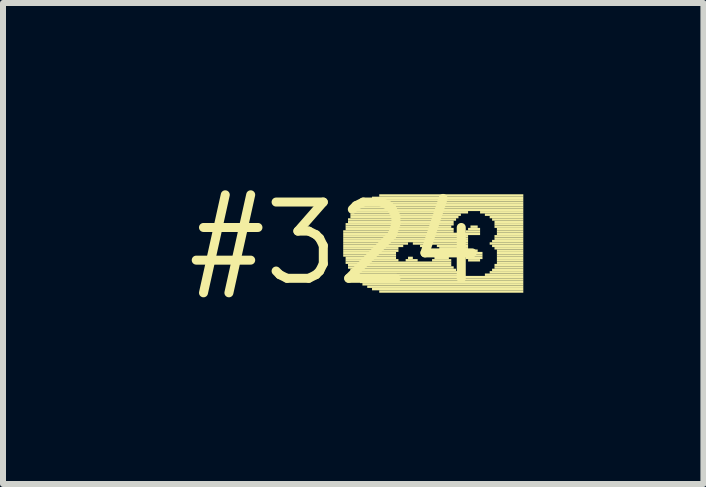
<source format=kicad_pcb>
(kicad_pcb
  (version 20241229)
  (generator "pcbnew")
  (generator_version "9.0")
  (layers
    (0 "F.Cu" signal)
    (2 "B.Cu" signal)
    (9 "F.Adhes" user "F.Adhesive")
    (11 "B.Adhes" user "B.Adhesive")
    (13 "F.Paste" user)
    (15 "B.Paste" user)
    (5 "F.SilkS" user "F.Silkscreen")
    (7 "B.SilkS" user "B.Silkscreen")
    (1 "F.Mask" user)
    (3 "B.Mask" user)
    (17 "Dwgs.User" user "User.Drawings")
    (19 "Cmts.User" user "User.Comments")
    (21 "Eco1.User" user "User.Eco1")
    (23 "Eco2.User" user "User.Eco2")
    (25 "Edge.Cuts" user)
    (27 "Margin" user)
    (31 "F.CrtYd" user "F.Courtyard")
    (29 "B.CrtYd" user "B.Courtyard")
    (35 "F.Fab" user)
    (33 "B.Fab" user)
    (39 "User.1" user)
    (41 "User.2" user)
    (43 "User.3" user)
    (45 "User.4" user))
  (footprint "#324"
    (layer "F.Cu")
    (at 2.547 1.006)
    (property "Reference" "#324" (at 0 0 0) (layer "F.SilkS") (effects (font (size 1.27 1.27) (thickness 0.15))))
    (attr through_hole)
    (fp_poly (pts (xy 0.12 -0.18) (xy 1.96 -0.18) (xy 1.96 -0.22) (xy 0.12 -0.22)) (stroke (width 0) (type solid)) (fill yes) (layer "F.SilkS"))
    (fp_poly (pts (xy 0.12 -0.14) (xy 2.04 -0.14) (xy 2.04 -0.18) (xy 0.12 -0.18)) (stroke (width 0) (type solid)) (fill yes) (layer "F.SilkS"))
    (fp_poly (pts (xy 0.12 -0.1) (xy 2.2 -0.1) (xy 2.2 -0.14) (xy 0.12 -0.14)) (stroke (width 0) (type solid)) (fill yes) (layer "F.SilkS"))
    (fp_poly (pts (xy 0.12 -0.06) (xy 2.2 -0.06) (xy 2.2 -0.1) (xy 0.12 -0.1)) (stroke (width 0) (type solid)) (fill yes) (layer "F.SilkS"))
    (fp_poly (pts (xy 0.12 -0.02) (xy 2.2 -0.02) (xy 2.2 -0.06) (xy 0.12 -0.06)) (stroke (width 0) (type solid)) (fill yes) (layer "F.SilkS"))
    (fp_poly (pts (xy 0.12 0.02) (xy 1.2 0.02) (xy 1.2 -0.02) (xy 0.12 -0.02)) (stroke (width 0) (type solid)) (fill yes) (layer "F.SilkS"))
    (fp_poly (pts (xy 0.12 0.06) (xy 1.12 0.06) (xy 1.12 0.02) (xy 0.12 0.02)) (stroke (width 0) (type solid)) (fill yes) (layer "F.SilkS"))
    (fp_poly (pts (xy 0.12 0.1) (xy 1.04 0.1) (xy 1.04 0.06) (xy 0.12 0.06)) (stroke (width 0) (type solid)) (fill yes) (layer "F.SilkS"))
    (fp_poly (pts (xy 0.12 0.14) (xy 1.04 0.14) (xy 1.04 0.1) (xy 0.12 0.1)) (stroke (width 0) (type solid)) (fill yes) (layer "F.SilkS"))
    (fp_poly (pts (xy 0.12 0.18) (xy 1 0.18) (xy 1 0.14) (xy 0.12 0.14)) (stroke (width 0) (type solid)) (fill yes) (layer "F.SilkS"))
    (fp_poly (pts (xy 0.12 0.22) (xy 1 0.22) (xy 1 0.18) (xy 0.12 0.18)) (stroke (width 0) (type solid)) (fill yes) (layer "F.SilkS"))
    (fp_poly (pts (xy 0.16 -0.3) (xy 1.96 -0.3) (xy 1.96 -0.34) (xy 0.16 -0.34)) (stroke (width 0) (type solid)) (fill yes) (layer "F.SilkS"))
    (fp_poly (pts (xy 0.16 -0.26) (xy 1.92 -0.26) (xy 1.92 -0.3) (xy 0.16 -0.3)) (stroke (width 0) (type solid)) (fill yes) (layer "F.SilkS"))
    (fp_poly (pts (xy 0.16 -0.22) (xy 1.96 -0.22) (xy 1.96 -0.26) (xy 0.16 -0.26)) (stroke (width 0) (type solid)) (fill yes) (layer "F.SilkS"))
    (fp_poly (pts (xy 0.16 0.26) (xy 1 0.26) (xy 1 0.22) (xy 0.16 0.22)) (stroke (width 0) (type solid)) (fill yes) (layer "F.SilkS"))
    (fp_poly (pts (xy 0.16 0.3) (xy 1.04 0.3) (xy 1.04 0.26) (xy 0.16 0.26)) (stroke (width 0) (type solid)) (fill yes) (layer "F.SilkS"))
    (fp_poly (pts (xy 0.16 0.34) (xy 1.92 0.34) (xy 1.92 0.3) (xy 0.16 0.3)) (stroke (width 0) (type solid)) (fill yes) (layer "F.SilkS"))
    (fp_poly (pts (xy 0.2 -0.38) (xy 2 -0.38) (xy 2 -0.42) (xy 0.2 -0.42)) (stroke (width 0) (type solid)) (fill yes) (layer "F.SilkS"))
    (fp_poly (pts (xy 0.2 -0.34) (xy 1.96 -0.34) (xy 1.96 -0.38) (xy 0.2 -0.38)) (stroke (width 0) (type solid)) (fill yes) (layer "F.SilkS"))
    (fp_poly (pts (xy 0.2 0.38) (xy 1.92 0.38) (xy 1.92 0.34) (xy 0.2 0.34)) (stroke (width 0) (type solid)) (fill yes) (layer "F.SilkS"))
    (fp_poly (pts (xy 0.2 0.42) (xy 1.96 0.42) (xy 1.96 0.38) (xy 0.2 0.38)) (stroke (width 0) (type solid)) (fill yes) (layer "F.SilkS"))
    (fp_poly (pts (xy 0.24 -0.46) (xy 2.08 -0.46) (xy 2.08 -0.5) (xy 0.24 -0.5)) (stroke (width 0) (type solid)) (fill yes) (layer "F.SilkS"))
    (fp_poly (pts (xy 0.24 -0.42) (xy 2.04 -0.42) (xy 2.04 -0.46) (xy 0.24 -0.46)) (stroke (width 0) (type solid)) (fill yes) (layer "F.SilkS"))
    (fp_poly (pts (xy 0.24 0.46) (xy 2 0.46) (xy 2 0.42) (xy 0.24 0.42)) (stroke (width 0) (type solid)) (fill yes) (layer "F.SilkS"))
    (fp_poly (pts (xy 0.24 0.5) (xy 2.04 0.5) (xy 2.04 0.46) (xy 0.24 0.46)) (stroke (width 0) (type solid)) (fill yes) (layer "F.SilkS"))
    (fp_poly (pts (xy 0.28 -0.5) (xy 2.2 -0.5) (xy 2.2 -0.54) (xy 0.28 -0.54)) (stroke (width 0) (type solid)) (fill yes) (layer "F.SilkS"))
    (fp_poly (pts (xy 0.28 0.54) (xy 2.08 0.54) (xy 2.08 0.5) (xy 0.28 0.5)) (stroke (width 0) (type solid)) (fill yes) (layer "F.SilkS"))
    (fp_poly (pts (xy 0.32 -0.54) (xy 3.12 -0.54) (xy 3.12 -0.58) (xy 0.32 -0.58)) (stroke (width 0) (type solid)) (fill yes) (layer "F.SilkS"))
    (fp_poly (pts (xy 0.32 0.58) (xy 3.12 0.58) (xy 3.12 0.54) (xy 0.32 0.54)) (stroke (width 0) (type solid)) (fill yes) (layer "F.SilkS"))
    (fp_poly (pts (xy 0.36 -0.58) (xy 3.12 -0.58) (xy 3.12 -0.62) (xy 0.36 -0.62)) (stroke (width 0) (type solid)) (fill yes) (layer "F.SilkS"))
    (fp_poly (pts (xy 0.36 0.62) (xy 3.12 0.62) (xy 3.12 0.58) (xy 0.36 0.58)) (stroke (width 0) (type solid)) (fill yes) (layer "F.SilkS"))
    (fp_poly (pts (xy 0.4 -0.62) (xy 3.12 -0.62) (xy 3.12 -0.66) (xy 0.4 -0.66)) (stroke (width 0) (type solid)) (fill yes) (layer "F.SilkS"))
    (fp_poly (pts (xy 0.4 0.66) (xy 3.12 0.66) (xy 3.12 0.62) (xy 0.4 0.62)) (stroke (width 0) (type solid)) (fill yes) (layer "F.SilkS"))
    (fp_poly (pts (xy 0.44 -0.66) (xy 3.12 -0.66) (xy 3.12 -0.7) (xy 0.44 -0.7)) (stroke (width 0) (type solid)) (fill yes) (layer "F.SilkS"))
    (fp_poly (pts (xy 0.44 0.7) (xy 3.12 0.7) (xy 3.12 0.66) (xy 0.44 0.66)) (stroke (width 0) (type solid)) (fill yes) (layer "F.SilkS"))
    (fp_poly (pts (xy 0.52 -0.7) (xy 3.12 -0.7) (xy 3.12 -0.74) (xy 0.52 -0.74)) (stroke (width 0) (type solid)) (fill yes) (layer "F.SilkS"))
    (fp_poly (pts (xy 0.52 0.74) (xy 3.12 0.74) (xy 3.12 0.7) (xy 0.52 0.7)) (stroke (width 0) (type solid)) (fill yes) (layer "F.SilkS"))
    (fp_poly (pts (xy 0.6 -0.74) (xy 3.12 -0.74) (xy 3.12 -0.78) (xy 0.6 -0.78)) (stroke (width 0) (type solid)) (fill yes) (layer "F.SilkS"))
    (fp_poly (pts (xy 0.6 0.78) (xy 3.12 0.78) (xy 3.12 0.74) (xy 0.6 0.74)) (stroke (width 0) (type solid)) (fill yes) (layer "F.SilkS"))
    (fp_poly (pts (xy 0.72 -0.78) (xy 3.12 -0.78) (xy 3.12 -0.82) (xy 0.72 -0.82)) (stroke (width 0) (type solid)) (fill yes) (layer "F.SilkS"))
    (fp_poly (pts (xy 0.72 0.82) (xy 3.12 0.82) (xy 3.12 0.78) (xy 0.72 0.78)) (stroke (width 0) (type solid)) (fill yes) (layer "F.SilkS"))
    (fp_poly (pts (xy 1.16 0.3) (xy 1.36 0.3) (xy 1.36 0.26) (xy 1.16 0.26)) (stroke (width 0) (type solid)) (fill yes) (layer "F.SilkS"))
    (fp_poly (pts (xy 1.2 0.26) (xy 1.28 0.26) (xy 1.28 0.22) (xy 1.2 0.22)) (stroke (width 0) (type solid)) (fill yes) (layer "F.SilkS"))
    (fp_poly (pts (xy 1.28 0.02) (xy 2.2 0.02) (xy 2.2 -0.02) (xy 1.28 -0.02)) (stroke (width 0) (type solid)) (fill yes) (layer "F.SilkS"))
    (fp_poly (pts (xy 1.4 0.06) (xy 1.52 0.06) (xy 1.52 0.02) (xy 1.4 0.02)) (stroke (width 0) (type solid)) (fill yes) (layer "F.SilkS"))
    (fp_poly (pts (xy 1.44 0.1) (xy 1.48 0.1) (xy 1.48 0.06) (xy 1.44 0.06)) (stroke (width 0) (type solid)) (fill yes) (layer "F.SilkS"))
    (fp_poly (pts (xy 1.6 0.3) (xy 1.92 0.3) (xy 1.92 0.26) (xy 1.6 0.26)) (stroke (width 0) (type solid)) (fill yes) (layer "F.SilkS"))
    (fp_poly (pts (xy 1.64 0.26) (xy 1.88 0.26) (xy 1.88 0.22) (xy 1.64 0.22)) (stroke (width 0) (type solid)) (fill yes) (layer "F.SilkS"))
    (fp_poly (pts (xy 1.68 0.06) (xy 2.2 0.06) (xy 2.2 0.02) (xy 1.68 0.02)) (stroke (width 0) (type solid)) (fill yes) (layer "F.SilkS"))
    (fp_poly (pts (xy 1.68 0.22) (xy 1.88 0.22) (xy 1.88 0.18) (xy 1.68 0.18)) (stroke (width 0) (type solid)) (fill yes) (layer "F.SilkS"))
    (fp_poly (pts (xy 1.72 0.1) (xy 2.2 0.1) (xy 2.2 0.06) (xy 1.72 0.06)) (stroke (width 0) (type solid)) (fill yes) (layer "F.SilkS"))
    (fp_poly (pts (xy 1.72 0.14) (xy 2.36 0.14) (xy 2.36 0.1) (xy 1.72 0.1)) (stroke (width 0) (type solid)) (fill yes) (layer "F.SilkS"))
    (fp_poly (pts (xy 1.72 0.18) (xy 1.92 0.18) (xy 1.92 0.14) (xy 1.72 0.14)) (stroke (width 0) (type solid)) (fill yes) (layer "F.SilkS"))
    (fp_poly (pts (xy 2.12 -0.14) (xy 2.4 -0.14) (xy 2.4 -0.18) (xy 2.12 -0.18)) (stroke (width 0) (type solid)) (fill yes) (layer "F.SilkS"))
    (fp_poly (pts (xy 2.12 0.18) (xy 2.44 0.18) (xy 2.44 0.14) (xy 2.12 0.14)) (stroke (width 0) (type solid)) (fill yes) (layer "F.SilkS"))
    (fp_poly (pts (xy 2.12 0.22) (xy 2.44 0.22) (xy 2.44 0.18) (xy 2.12 0.18)) (stroke (width 0) (type solid)) (fill yes) (layer "F.SilkS"))
    (fp_poly (pts (xy 2.16 -0.18) (xy 2.4 -0.18) (xy 2.4 -0.22) (xy 2.16 -0.22)) (stroke (width 0) (type solid)) (fill yes) (layer "F.SilkS"))
    (fp_poly (pts (xy 2.16 0.26) (xy 2.44 0.26) (xy 2.44 0.22) (xy 2.16 0.22)) (stroke (width 0) (type solid)) (fill yes) (layer "F.SilkS"))
    (fp_poly (pts (xy 2.2 -0.22) (xy 2.4 -0.22) (xy 2.4 -0.26) (xy 2.2 -0.26)) (stroke (width 0) (type solid)) (fill yes) (layer "F.SilkS"))
    (fp_poly (pts (xy 2.2 0.3) (xy 2.4 0.3) (xy 2.4 0.26) (xy 2.2 0.26)) (stroke (width 0) (type solid)) (fill yes) (layer "F.SilkS"))
    (fp_poly (pts (xy 2.24 -0.26) (xy 2.36 -0.26) (xy 2.36 -0.3) (xy 2.24 -0.3)) (stroke (width 0) (type solid)) (fill yes) (layer "F.SilkS"))
    (fp_poly (pts (xy 2.4 -0.5) (xy 3.12 -0.5) (xy 3.12 -0.54) (xy 2.4 -0.54)) (stroke (width 0) (type solid)) (fill yes) (layer "F.SilkS"))
    (fp_poly (pts (xy 2.48 -0.46) (xy 3.12 -0.46) (xy 3.12 -0.5) (xy 2.48 -0.5)) (stroke (width 0) (type solid)) (fill yes) (layer "F.SilkS"))
    (fp_poly (pts (xy 2.48 0.54) (xy 3.12 0.54) (xy 3.12 0.5) (xy 2.48 0.5)) (stroke (width 0) (type solid)) (fill yes) (layer "F.SilkS"))
    (fp_poly (pts (xy 2.56 -0.42) (xy 3.12 -0.42) (xy 3.12 -0.46) (xy 2.56 -0.46)) (stroke (width 0) (type solid)) (fill yes) (layer "F.SilkS"))
    (fp_poly (pts (xy 2.56 0.02) (xy 3.12 0.02) (xy 3.12 -0.02) (xy 2.56 -0.02)) (stroke (width 0) (type solid)) (fill yes) (layer "F.SilkS"))
    (fp_poly (pts (xy 2.56 0.5) (xy 3.12 0.5) (xy 3.12 0.46) (xy 2.56 0.46)) (stroke (width 0) (type solid)) (fill yes) (layer "F.SilkS"))
    (fp_poly (pts (xy 2.6 -0.38) (xy 3.12 -0.38) (xy 3.12 -0.42) (xy 2.6 -0.42)) (stroke (width 0) (type solid)) (fill yes) (layer "F.SilkS"))
    (fp_poly (pts (xy 2.6 -0.02) (xy 3.12 -0.02) (xy 3.12 -0.06) (xy 2.6 -0.06)) (stroke (width 0) (type solid)) (fill yes) (layer "F.SilkS"))
    (fp_poly (pts (xy 2.6 0.06) (xy 3.12 0.06) (xy 3.12 0.02) (xy 2.6 0.02)) (stroke (width 0) (type solid)) (fill yes) (layer "F.SilkS"))
    (fp_poly (pts (xy 2.6 0.46) (xy 3.12 0.46) (xy 3.12 0.42) (xy 2.6 0.42)) (stroke (width 0) (type solid)) (fill yes) (layer "F.SilkS"))
    (fp_poly (pts (xy 2.64 -0.34) (xy 3.12 -0.34) (xy 3.12 -0.38) (xy 2.64 -0.38)) (stroke (width 0) (type solid)) (fill yes) (layer "F.SilkS"))
    (fp_poly (pts (xy 2.64 -0.3) (xy 3.12 -0.3) (xy 3.12 -0.34) (xy 2.64 -0.34)) (stroke (width 0) (type solid)) (fill yes) (layer "F.SilkS"))
    (fp_poly (pts (xy 2.64 -0.26) (xy 3.12 -0.26) (xy 3.12 -0.3) (xy 2.64 -0.3)) (stroke (width 0) (type solid)) (fill yes) (layer "F.SilkS"))
    (fp_poly (pts (xy 2.64 -0.1) (xy 3.12 -0.1) (xy 3.12 -0.14) (xy 2.64 -0.14)) (stroke (width 0) (type solid)) (fill yes) (layer "F.SilkS"))
    (fp_poly (pts (xy 2.64 -0.06) (xy 3.12 -0.06) (xy 3.12 -0.1) (xy 2.64 -0.1)) (stroke (width 0) (type solid)) (fill yes) (layer "F.SilkS"))
    (fp_poly (pts (xy 2.64 0.1) (xy 3.12 0.1) (xy 3.12 0.06) (xy 2.64 0.06)) (stroke (width 0) (type solid)) (fill yes) (layer "F.SilkS"))
    (fp_poly (pts (xy 2.64 0.38) (xy 3.12 0.38) (xy 3.12 0.34) (xy 2.64 0.34)) (stroke (width 0) (type solid)) (fill yes) (layer "F.SilkS"))
    (fp_poly (pts (xy 2.64 0.42) (xy 3.12 0.42) (xy 3.12 0.38) (xy 2.64 0.38)) (stroke (width 0) (type solid)) (fill yes) (layer "F.SilkS"))
    (fp_poly (pts (xy 2.68 -0.22) (xy 3.12 -0.22) (xy 3.12 -0.26) (xy 2.68 -0.26)) (stroke (width 0) (type solid)) (fill yes) (layer "F.SilkS"))
    (fp_poly (pts (xy 2.68 -0.18) (xy 3.12 -0.18) (xy 3.12 -0.22) (xy 2.68 -0.22)) (stroke (width 0) (type solid)) (fill yes) (layer "F.SilkS"))
    (fp_poly (pts (xy 2.68 -0.14) (xy 3.12 -0.14) (xy 3.12 -0.18) (xy 2.68 -0.18)) (stroke (width 0) (type solid)) (fill yes) (layer "F.SilkS"))
    (fp_poly (pts (xy 2.68 0.14) (xy 3.12 0.14) (xy 3.12 0.1) (xy 2.68 0.1)) (stroke (width 0) (type solid)) (fill yes) (layer "F.SilkS"))
    (fp_poly (pts (xy 2.68 0.18) (xy 3.12 0.18) (xy 3.12 0.14) (xy 2.68 0.14)) (stroke (width 0) (type solid)) (fill yes) (layer "F.SilkS"))
    (fp_poly (pts (xy 2.68 0.22) (xy 3.12 0.22) (xy 3.12 0.18) (xy 2.68 0.18)) (stroke (width 0) (type solid)) (fill yes) (layer "F.SilkS"))
    (fp_poly (pts (xy 2.68 0.26) (xy 3.12 0.26) (xy 3.12 0.22) (xy 2.68 0.22)) (stroke (width 0) (type solid)) (fill yes) (layer "F.SilkS"))
    (fp_poly (pts (xy 2.68 0.3) (xy 3.12 0.3) (xy 3.12 0.26) (xy 2.68 0.26)) (stroke (width 0) (type solid)) (fill yes) (layer "F.SilkS"))
    (fp_poly (pts (xy 2.68 0.34) (xy 3.12 0.34) (xy 3.12 0.3) (xy 2.68 0.3)) (stroke (width 0) (type solid)) (fill yes) (layer "F.SilkS")))
  (gr_rect
    (start -3 -3)
    (end 8.667 5.012)
    (stroke (width 0.1) (type default))
    (fill no)
    (layer "Edge.Cuts")))
</source>
